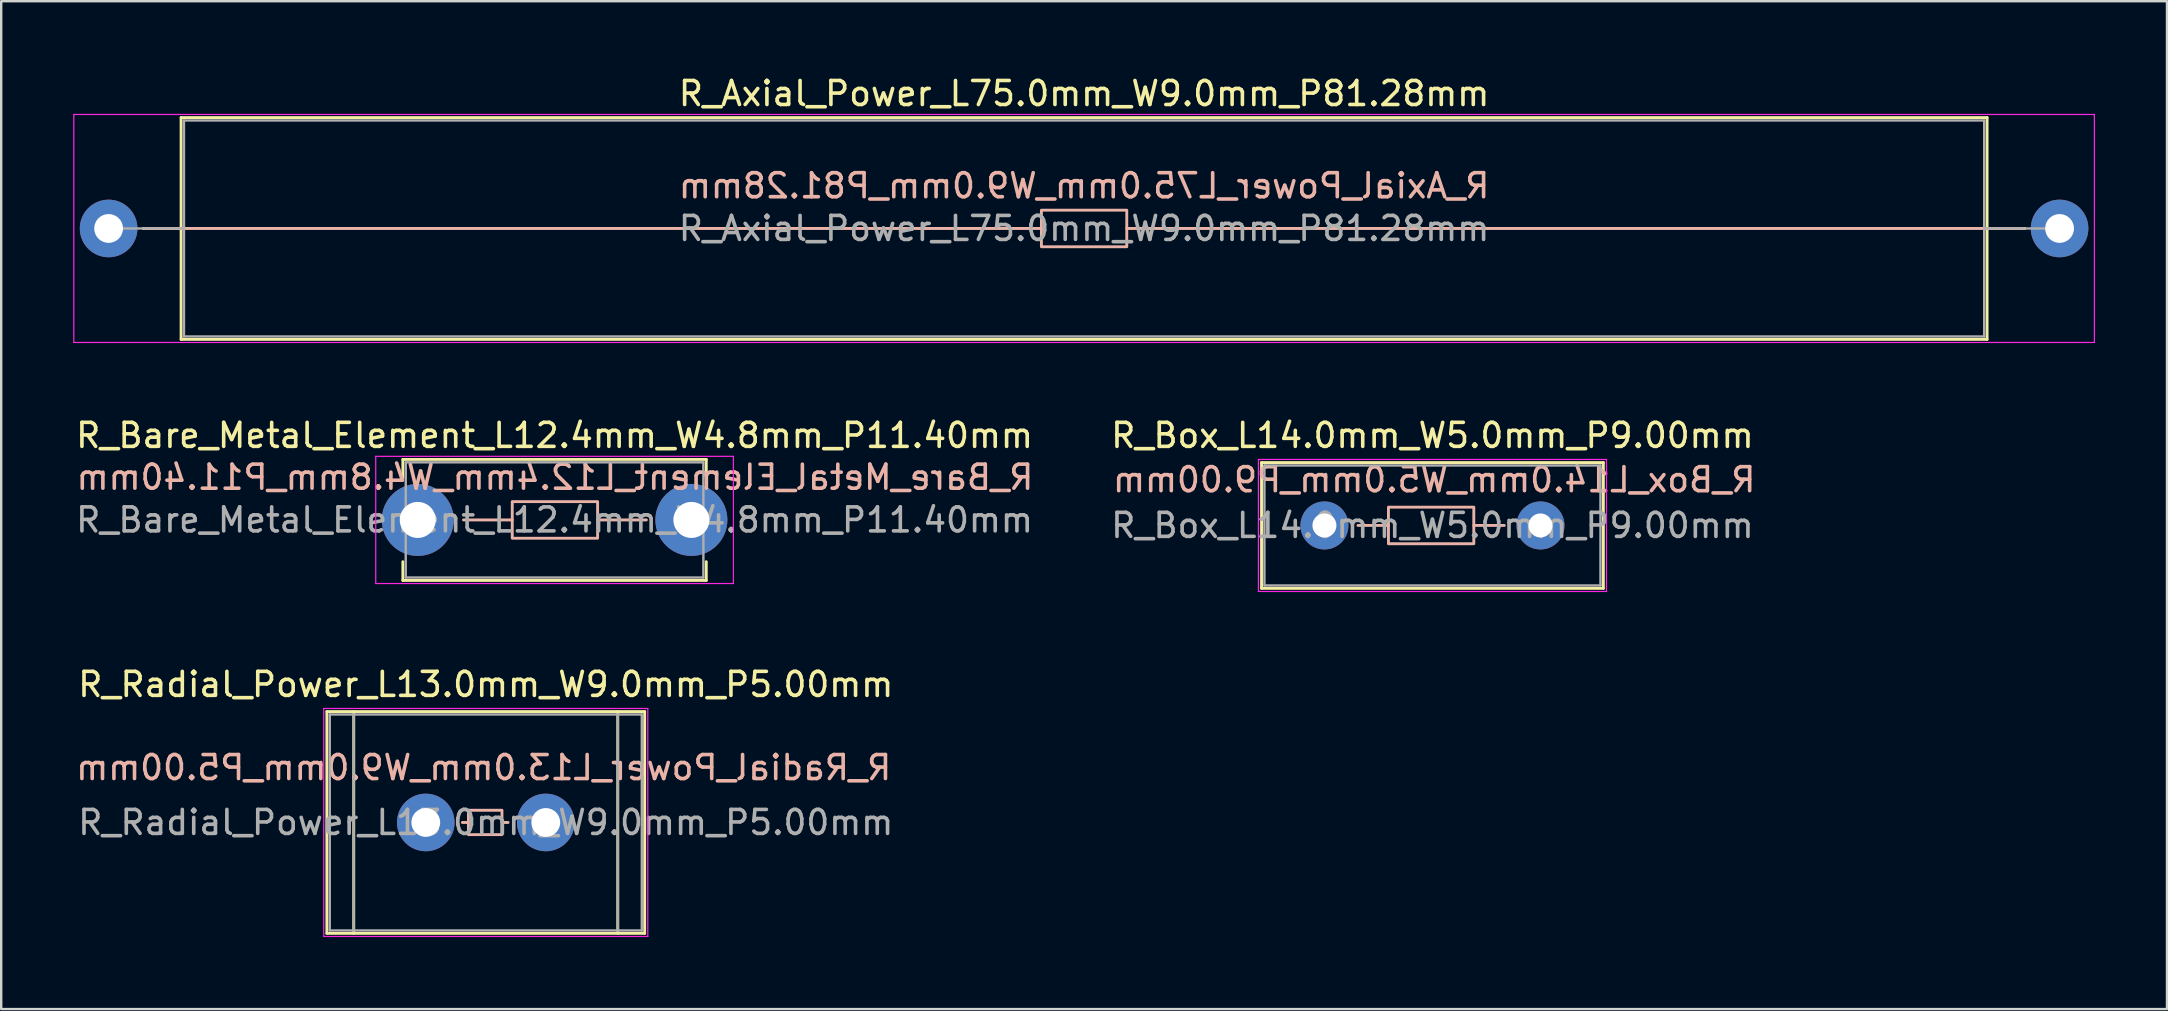
<source format=kicad_pcb>
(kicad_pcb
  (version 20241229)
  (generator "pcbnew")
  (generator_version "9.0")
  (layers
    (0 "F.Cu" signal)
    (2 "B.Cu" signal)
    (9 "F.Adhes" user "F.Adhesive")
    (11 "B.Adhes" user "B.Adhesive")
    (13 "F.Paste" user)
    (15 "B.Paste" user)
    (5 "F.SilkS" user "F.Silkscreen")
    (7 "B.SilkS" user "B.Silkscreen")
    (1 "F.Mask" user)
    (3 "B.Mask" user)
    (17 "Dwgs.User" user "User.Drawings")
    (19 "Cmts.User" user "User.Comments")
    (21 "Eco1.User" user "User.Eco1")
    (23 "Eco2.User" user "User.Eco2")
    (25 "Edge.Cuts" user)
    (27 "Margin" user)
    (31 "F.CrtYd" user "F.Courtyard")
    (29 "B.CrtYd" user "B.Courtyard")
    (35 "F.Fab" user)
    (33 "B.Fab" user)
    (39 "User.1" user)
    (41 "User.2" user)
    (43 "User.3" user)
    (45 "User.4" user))
  (footprint "R_Bare_Metal_Element_L12.4mm_W4.8mm_P11.40mm"
    (layer "F.Cu")
    (at 14.354 18.611)
    (property "Reference" "R_Bare_Metal_Element_L12.4mm_W4.8mm_P11.40mm" (at 5.7 -3.52 0) (layer "F.SilkS") (effects (font (size 1 1) (thickness 0.15))))
    (fp_line (start -0.62 -2.52) (end 12.02 -2.52) (stroke (width 0.12) (type solid)) (layer "F.SilkS"))
    (fp_line (start -0.62 -1.74) (end -0.62 -2.52) (stroke (width 0.12) (type solid)) (layer "F.SilkS"))
    (fp_line (start -0.62 1.74) (end -0.62 2.52) (stroke (width 0.12) (type solid)) (layer "F.SilkS"))
    (fp_line (start -0.62 2.52) (end 12.02 2.52) (stroke (width 0.12) (type solid)) (layer "F.SilkS"))
    (fp_line (start 12.02 -2.52) (end 12.02 -1.74) (stroke (width 0.12) (type solid)) (layer "F.SilkS"))
    (fp_line (start 12.02 2.52) (end 12.02 1.74) (stroke (width 0.12) (type solid)) (layer "F.SilkS"))
    (fp_line (start 3.937 0) (end 1.905 0) (stroke (width 0.12) (type solid)) (layer "B.SilkS"))
    (fp_line (start 7.493 0) (end 9.525 0) (stroke (width 0.12) (type solid)) (layer "B.SilkS"))
    (fp_rect (start 3.937 -0.762) (end 7.493 0.762) (stroke (width 0.12) (type solid)) (fill no) (layer "B.SilkS"))
    (fp_line (start -1.75 -2.65) (end -1.75 2.65) (stroke (width 0.05) (type solid)) (layer "F.CrtYd"))
    (fp_line (start -1.75 2.65) (end 13.15 2.65) (stroke (width 0.05) (type solid)) (layer "F.CrtYd"))
    (fp_line (start 13.15 -2.65) (end -1.75 -2.65) (stroke (width 0.05) (type solid)) (layer "F.CrtYd"))
    (fp_line (start 13.15 2.65) (end 13.15 -2.65) (stroke (width 0.05) (type solid)) (layer "F.CrtYd"))
    (fp_line (start -0.5 -2.4) (end -0.5 2.4) (stroke (width 0.1) (type solid)) (layer "F.Fab"))
    (fp_line (start -0.5 2.4) (end 11.9 2.4) (stroke (width 0.1) (type solid)) (layer "F.Fab"))
    (fp_line (start 11.9 -2.4) (end -0.5 -2.4) (stroke (width 0.1) (type solid)) (layer "F.Fab"))
    (fp_line (start 11.9 2.4) (end 11.9 -2.4) (stroke (width 0.1) (type solid)) (layer "F.Fab"))
    (fp_text user "${REFERENCE}" (at 5.715 -1.778 0) (layer "B.SilkS") (effects (font (size 1 1) (thickness 0.15)) (justify mirror)))
    (fp_text user "${REFERENCE}" (at 5.7 0 0) (layer "F.Fab") (effects (font (size 1 1) (thickness 0.15))))
    (pad "1" thru_hole circle (at 0 0) (size 3 3) (drill 1.5) (layers "*.Cu" "*.Mask"))
    (pad "2" thru_hole oval (at 11.4 0) (size 3 3) (drill 1.5) (layers "*.Cu" "*.Mask")))
  (footprint "R_Box_L14.0mm_W5.0mm_P9.00mm"
    (layer "F.Cu")
    (at 52.128 18.841)
    (property "Reference" "R_Box_L14.0mm_W5.0mm_P9.00mm" (at 4.5 -3.75 0) (layer "F.SilkS") (effects (font (size 1 1) (thickness 0.15))))
    (fp_line (start -2.62 -2.62) (end -2.62 2.62) (stroke (width 0.12) (type solid)) (layer "F.SilkS"))
    (fp_line (start -2.62 -2.62) (end 11.62 -2.62) (stroke (width 0.12) (type solid)) (layer "F.SilkS"))
    (fp_line (start -2.62 2.62) (end 11.62 2.62) (stroke (width 0.12) (type solid)) (layer "F.SilkS"))
    (fp_line (start 11.62 -2.62) (end 11.62 2.62) (stroke (width 0.12) (type solid)) (layer "F.SilkS"))
    (fp_line (start 2.667 0) (end 1.397 0) (stroke (width 0.12) (type solid)) (layer "B.SilkS"))
    (fp_line (start 7.493 0) (end 6.223 0) (stroke (width 0.12) (type solid)) (layer "B.SilkS"))
    (fp_rect (start 2.667 -0.762) (end 6.223 0.762) (stroke (width 0.12) (type solid)) (fill no) (layer "B.SilkS"))
    (fp_line (start -2.75 -2.75) (end -2.75 2.75) (stroke (width 0.05) (type solid)) (layer "F.CrtYd"))
    (fp_line (start -2.75 2.75) (end 11.75 2.75) (stroke (width 0.05) (type solid)) (layer "F.CrtYd"))
    (fp_line (start 11.75 -2.75) (end -2.75 -2.75) (stroke (width 0.05) (type solid)) (layer "F.CrtYd"))
    (fp_line (start 11.75 2.75) (end 11.75 -2.75) (stroke (width 0.05) (type solid)) (layer "F.CrtYd"))
    (fp_line (start -2.5 -2.5) (end -2.5 2.5) (stroke (width 0.1) (type solid)) (layer "F.Fab"))
    (fp_line (start -2.5 2.5) (end 11.5 2.5) (stroke (width 0.1) (type solid)) (layer "F.Fab"))
    (fp_line (start 11.5 -2.5) (end -2.5 -2.5) (stroke (width 0.1) (type solid)) (layer "F.Fab"))
    (fp_line (start 11.5 2.5) (end 11.5 -2.5) (stroke (width 0.1) (type solid)) (layer "F.Fab"))
    (fp_text user "${REFERENCE}" (at 4.572 -1.905 0) (layer "B.SilkS") (effects (font (size 1 1) (thickness 0.15)) (justify mirror)))
    (fp_text user "${REFERENCE}" (at 4.5 0 0) (layer "F.Fab") (effects (font (size 1 1) (thickness 0.15))))
    (pad "1" thru_hole circle (at 0 0) (size 2 2) (drill 1) (layers "*.Cu" "*.Mask"))
    (pad "2" thru_hole circle (at 9 0) (size 2 2) (drill 1) (layers "*.Cu" "*.Mask")))
  (footprint "R_Axial_Power_L75.0mm_W9.0mm_P81.28mm"
    (layer "F.Cu")
    (at 1.475 6.468)
    (property "Reference" "R_Axial_Power_L75.0mm_W9.0mm_P81.28mm" (at 40.64 -5.62 0) (layer "F.SilkS") (effects (font (size 1 1) (thickness 0.15))))
    (fp_line (start 1.44 0) (end 3.02 0) (stroke (width 0.12) (type solid)) (layer "F.SilkS"))
    (fp_line (start 3.02 -4.62) (end 3.02 4.62) (stroke (width 0.12) (type solid)) (layer "F.SilkS"))
    (fp_line (start 3.02 4.62) (end 78.26 4.62) (stroke (width 0.12) (type solid)) (layer "F.SilkS"))
    (fp_line (start 78.26 -4.62) (end 3.02 -4.62) (stroke (width 0.12) (type solid)) (layer "F.SilkS"))
    (fp_line (start 78.26 4.62) (end 78.26 -4.62) (stroke (width 0.12) (type solid)) (layer "F.SilkS"))
    (fp_line (start 79.84 0) (end 78.26 0) (stroke (width 0.12) (type solid)) (layer "F.SilkS"))
    (fp_line (start 38.862 0) (end 1.524 0) (stroke (width 0.12) (type solid)) (layer "B.SilkS"))
    (fp_line (start 42.418 0) (end 79.756 0) (stroke (width 0.12) (type solid)) (layer "B.SilkS"))
    (fp_rect (start 38.862 -0.762) (end 42.418 0.762) (stroke (width 0.12) (type solid)) (fill no) (layer "B.SilkS"))
    (fp_line (start -1.45 -4.75) (end -1.45 4.75) (stroke (width 0.05) (type solid)) (layer "F.CrtYd"))
    (fp_line (start -1.45 4.75) (end 82.73 4.75) (stroke (width 0.05) (type solid)) (layer "F.CrtYd"))
    (fp_line (start 82.73 -4.75) (end -1.45 -4.75) (stroke (width 0.05) (type solid)) (layer "F.CrtYd"))
    (fp_line (start 82.73 4.75) (end 82.73 -4.75) (stroke (width 0.05) (type solid)) (layer "F.CrtYd"))
    (fp_line (start 0 0) (end 3.14 0) (stroke (width 0.1) (type solid)) (layer "F.Fab"))
    (fp_line (start 3.14 -4.5) (end 3.14 4.5) (stroke (width 0.1) (type solid)) (layer "F.Fab"))
    (fp_line (start 3.14 4.5) (end 78.14 4.5) (stroke (width 0.1) (type solid)) (layer "F.Fab"))
    (fp_line (start 78.14 -4.5) (end 3.14 -4.5) (stroke (width 0.1) (type solid)) (layer "F.Fab"))
    (fp_line (start 78.14 4.5) (end 78.14 -4.5) (stroke (width 0.1) (type solid)) (layer "F.Fab"))
    (fp_line (start 81.28 0) (end 78.14 0) (stroke (width 0.1) (type solid)) (layer "F.Fab"))
    (fp_text user "${REFERENCE}" (at 40.64 -1.778 0) (layer "B.SilkS") (effects (font (size 1 1) (thickness 0.15)) (justify mirror)))
    (fp_text user "${REFERENCE}" (at 40.64 0 0) (layer "F.Fab") (effects (font (size 1 1) (thickness 0.15))))
    (pad "1" thru_hole circle (at 0 0) (size 2.4 2.4) (drill 1.2) (layers "*.Cu" "*.Mask"))
    (pad "2" thru_hole oval (at 81.28 0) (size 2.4 2.4) (drill 1.2) (layers "*.Cu" "*.Mask")))
  (footprint "R_Radial_Power_L13.0mm_W9.0mm_P5.00mm"
    (layer "F.Cu")
    (at 14.688 31.215)
    (property "Reference" "R_Radial_Power_L13.0mm_W9.0mm_P5.00mm" (at 2.5 -5.75 0) (layer "F.SilkS") (effects (font (size 1 1) (thickness 0.15))))
    (fp_line (start -4.12 -4.62) (end -4.12 4.62) (stroke (width 0.12) (type solid)) (layer "F.SilkS"))
    (fp_line (start -4.12 -4.62) (end 9.12 -4.62) (stroke (width 0.12) (type solid)) (layer "F.SilkS"))
    (fp_line (start -4.12 4.62) (end 9.12 4.62) (stroke (width 0.12) (type solid)) (layer "F.SilkS"))
    (fp_line (start -3 -4.62) (end -3 4.62) (stroke (width 0.12) (type solid)) (layer "F.SilkS"))
    (fp_line (start 8 -4.62) (end 8 4.62) (stroke (width 0.12) (type solid)) (layer "F.SilkS"))
    (fp_line (start 9.12 -4.62) (end 9.12 4.62) (stroke (width 0.12) (type solid)) (layer "F.SilkS"))
    (fp_line (start 1.524 0) (end 1.778 0) (stroke (width 0.12) (type solid)) (layer "B.SilkS"))
    (fp_line (start 3.429 0) (end 3.175 0) (stroke (width 0.12) (type solid)) (layer "B.SilkS"))
    (fp_rect (start 1.778 -0.508) (end 3.175 0.508) (stroke (width 0.12) (type solid)) (fill no) (layer "B.SilkS"))
    (fp_line (start -4.25 -4.75) (end -4.25 4.75) (stroke (width 0.05) (type solid)) (layer "F.CrtYd"))
    (fp_line (start -4.25 4.75) (end 9.25 4.75) (stroke (width 0.05) (type solid)) (layer "F.CrtYd"))
    (fp_line (start 9.25 -4.75) (end -4.25 -4.75) (stroke (width 0.05) (type solid)) (layer "F.CrtYd"))
    (fp_line (start 9.25 4.75) (end 9.25 -4.75) (stroke (width 0.05) (type solid)) (layer "F.CrtYd"))
    (fp_line (start -4 -4.5) (end -4 4.5) (stroke (width 0.1) (type solid)) (layer "F.Fab"))
    (fp_line (start -4 4.5) (end 9 4.5) (stroke (width 0.1) (type solid)) (layer "F.Fab"))
    (fp_line (start -3 -4.5) (end -3 4.5) (stroke (width 0.1) (type solid)) (layer "F.Fab"))
    (fp_line (start 8 -4.5) (end 8 4.5) (stroke (width 0.1) (type solid)) (layer "F.Fab"))
    (fp_line (start 9 -4.5) (end -4 -4.5) (stroke (width 0.1) (type solid)) (layer "F.Fab"))
    (fp_line (start 9 4.5) (end 9 -4.5) (stroke (width 0.1) (type solid)) (layer "F.Fab"))
    (fp_text user "${REFERENCE}" (at 2.413 -2.286 0) (layer "B.SilkS") (effects (font (size 1 1) (thickness 0.15)) (justify mirror)))
    (fp_text user "${REFERENCE}" (at 2.5 0 0) (layer "F.Fab") (effects (font (size 1 1) (thickness 0.15))))
    (pad "1" thru_hole circle (at 0 0) (size 2.4 2.4) (drill 1.2) (layers "*.Cu" "*.Mask"))
    (pad "2" thru_hole circle (at 5 0) (size 2.4 2.4) (drill 1.2) (layers "*.Cu" "*.Mask")))
  (gr_rect
    (start -3 -3)
    (end 87.23 38.99)
    (stroke (width 0.1) (type default))
    (fill no)
    (layer "Edge.Cuts")))
</source>
